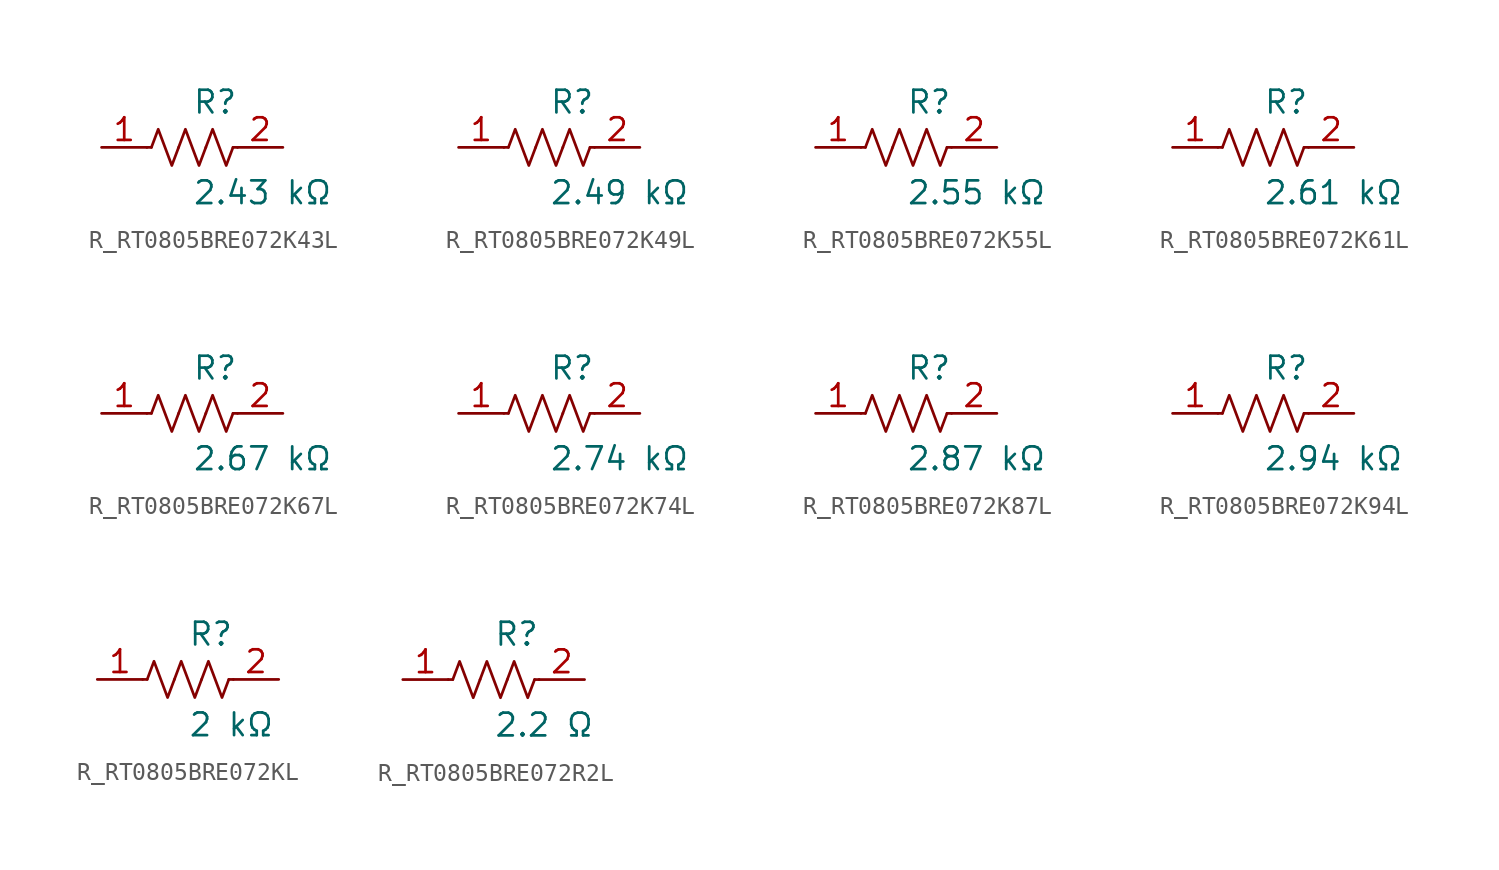
<source format=kicad_sym>
(kicad_symbol_lib
  (version 20231120)
  (generator kicad_symbol_editor)
  (generator_version 8.0)
  (symbol "R_RT0805BRE072K43L"
    (pin_names
      (offset 0.254))
    (property "Reference" "R"
      (at 0.0 2.54 0)
      (effects (font (size 1.27 1.27)) (justify left)))
    (property "Value" "2.43 kΩ"
      (at 0.0 -2.54 0)
      (effects (font (size 1.27 1.27)) (justify left)))
    (symbol "R_RT0805BRE072K43L_0_1"
      (polyline (pts (xy 2.286 0) (xy 2.54 0)) (stroke (width 0) (type default)) (fill (type none)))
      (polyline (pts (xy -2.286 0) (xy -2.54 0)) (stroke (width 0) (type default)) (fill (type none)))
      (polyline (pts (xy 0.762 0) (xy 1.143 1.016) (xy 1.524 0) (xy 1.905 -1.016) (xy 2.286 0)) (stroke (width 0) (type default)) (fill (type none)))
      (polyline (pts (xy -0.762 0) (xy -0.381 1.016) (xy 0 0) (xy 0.381 -1.016) (xy 0.762 0)) (stroke (width 0) (type default)) (fill (type none)))
      (polyline (pts (xy -2.286 0) (xy -1.905 1.016) (xy -1.524 0) (xy -1.143 -1.016) (xy -0.762 0)) (stroke (width 0) (type default)) (fill (type none))))
    (pin unspecified line
      (at -5.08 0 0)
      (length 2.54)
      (name "" (effects (font (size 1.27 1.27))))
      (number "1" (effects (font (size 1.27 1.27)))))
    (pin unspecified line
      (at 5.08 0 180)
      (length 2.54)
      (name "" (effects (font (size 1.27 1.27))))
      (number "2" (effects (font (size 1.27 1.27))))))
  (symbol "R_RT0805BRE072K49L"
    (pin_names
      (offset 0.254))
    (property "Reference" "R"
      (at 0.0 2.54 0)
      (effects (font (size 1.27 1.27)) (justify left)))
    (property "Value" "2.49 kΩ"
      (at 0.0 -2.54 0)
      (effects (font (size 1.27 1.27)) (justify left)))
    (symbol "R_RT0805BRE072K49L_0_1"
      (polyline (pts (xy 2.286 0) (xy 2.54 0)) (stroke (width 0) (type default)) (fill (type none)))
      (polyline (pts (xy -2.286 0) (xy -2.54 0)) (stroke (width 0) (type default)) (fill (type none)))
      (polyline (pts (xy 0.762 0) (xy 1.143 1.016) (xy 1.524 0) (xy 1.905 -1.016) (xy 2.286 0)) (stroke (width 0) (type default)) (fill (type none)))
      (polyline (pts (xy -0.762 0) (xy -0.381 1.016) (xy 0 0) (xy 0.381 -1.016) (xy 0.762 0)) (stroke (width 0) (type default)) (fill (type none)))
      (polyline (pts (xy -2.286 0) (xy -1.905 1.016) (xy -1.524 0) (xy -1.143 -1.016) (xy -0.762 0)) (stroke (width 0) (type default)) (fill (type none))))
    (pin unspecified line
      (at -5.08 0 0)
      (length 2.54)
      (name "" (effects (font (size 1.27 1.27))))
      (number "1" (effects (font (size 1.27 1.27)))))
    (pin unspecified line
      (at 5.08 0 180)
      (length 2.54)
      (name "" (effects (font (size 1.27 1.27))))
      (number "2" (effects (font (size 1.27 1.27))))))
  (symbol "R_RT0805BRE072K55L"
    (pin_names
      (offset 0.254))
    (property "Reference" "R"
      (at 0.0 2.54 0)
      (effects (font (size 1.27 1.27)) (justify left)))
    (property "Value" "2.55 kΩ"
      (at 0.0 -2.54 0)
      (effects (font (size 1.27 1.27)) (justify left)))
    (symbol "R_RT0805BRE072K55L_0_1"
      (polyline (pts (xy 2.286 0) (xy 2.54 0)) (stroke (width 0) (type default)) (fill (type none)))
      (polyline (pts (xy -2.286 0) (xy -2.54 0)) (stroke (width 0) (type default)) (fill (type none)))
      (polyline (pts (xy 0.762 0) (xy 1.143 1.016) (xy 1.524 0) (xy 1.905 -1.016) (xy 2.286 0)) (stroke (width 0) (type default)) (fill (type none)))
      (polyline (pts (xy -0.762 0) (xy -0.381 1.016) (xy 0 0) (xy 0.381 -1.016) (xy 0.762 0)) (stroke (width 0) (type default)) (fill (type none)))
      (polyline (pts (xy -2.286 0) (xy -1.905 1.016) (xy -1.524 0) (xy -1.143 -1.016) (xy -0.762 0)) (stroke (width 0) (type default)) (fill (type none))))
    (pin unspecified line
      (at -5.08 0 0)
      (length 2.54)
      (name "" (effects (font (size 1.27 1.27))))
      (number "1" (effects (font (size 1.27 1.27)))))
    (pin unspecified line
      (at 5.08 0 180)
      (length 2.54)
      (name "" (effects (font (size 1.27 1.27))))
      (number "2" (effects (font (size 1.27 1.27))))))
  (symbol "R_RT0805BRE072K61L"
    (pin_names
      (offset 0.254))
    (property "Reference" "R"
      (at 0.0 2.54 0)
      (effects (font (size 1.27 1.27)) (justify left)))
    (property "Value" "2.61 kΩ"
      (at 0.0 -2.54 0)
      (effects (font (size 1.27 1.27)) (justify left)))
    (symbol "R_RT0805BRE072K61L_0_1"
      (polyline (pts (xy 2.286 0) (xy 2.54 0)) (stroke (width 0) (type default)) (fill (type none)))
      (polyline (pts (xy -2.286 0) (xy -2.54 0)) (stroke (width 0) (type default)) (fill (type none)))
      (polyline (pts (xy 0.762 0) (xy 1.143 1.016) (xy 1.524 0) (xy 1.905 -1.016) (xy 2.286 0)) (stroke (width 0) (type default)) (fill (type none)))
      (polyline (pts (xy -0.762 0) (xy -0.381 1.016) (xy 0 0) (xy 0.381 -1.016) (xy 0.762 0)) (stroke (width 0) (type default)) (fill (type none)))
      (polyline (pts (xy -2.286 0) (xy -1.905 1.016) (xy -1.524 0) (xy -1.143 -1.016) (xy -0.762 0)) (stroke (width 0) (type default)) (fill (type none))))
    (pin unspecified line
      (at -5.08 0 0)
      (length 2.54)
      (name "" (effects (font (size 1.27 1.27))))
      (number "1" (effects (font (size 1.27 1.27)))))
    (pin unspecified line
      (at 5.08 0 180)
      (length 2.54)
      (name "" (effects (font (size 1.27 1.27))))
      (number "2" (effects (font (size 1.27 1.27))))))
  (symbol "R_RT0805BRE072K67L"
    (pin_names
      (offset 0.254))
    (property "Reference" "R"
      (at 0.0 2.54 0)
      (effects (font (size 1.27 1.27)) (justify left)))
    (property "Value" "2.67 kΩ"
      (at 0.0 -2.54 0)
      (effects (font (size 1.27 1.27)) (justify left)))
    (symbol "R_RT0805BRE072K67L_0_1"
      (polyline (pts (xy 2.286 0) (xy 2.54 0)) (stroke (width 0) (type default)) (fill (type none)))
      (polyline (pts (xy -2.286 0) (xy -2.54 0)) (stroke (width 0) (type default)) (fill (type none)))
      (polyline (pts (xy 0.762 0) (xy 1.143 1.016) (xy 1.524 0) (xy 1.905 -1.016) (xy 2.286 0)) (stroke (width 0) (type default)) (fill (type none)))
      (polyline (pts (xy -0.762 0) (xy -0.381 1.016) (xy 0 0) (xy 0.381 -1.016) (xy 0.762 0)) (stroke (width 0) (type default)) (fill (type none)))
      (polyline (pts (xy -2.286 0) (xy -1.905 1.016) (xy -1.524 0) (xy -1.143 -1.016) (xy -0.762 0)) (stroke (width 0) (type default)) (fill (type none))))
    (pin unspecified line
      (at -5.08 0 0)
      (length 2.54)
      (name "" (effects (font (size 1.27 1.27))))
      (number "1" (effects (font (size 1.27 1.27)))))
    (pin unspecified line
      (at 5.08 0 180)
      (length 2.54)
      (name "" (effects (font (size 1.27 1.27))))
      (number "2" (effects (font (size 1.27 1.27))))))
  (symbol "R_RT0805BRE072K74L"
    (pin_names
      (offset 0.254))
    (property "Reference" "R"
      (at 0.0 2.54 0)
      (effects (font (size 1.27 1.27)) (justify left)))
    (property "Value" "2.74 kΩ"
      (at 0.0 -2.54 0)
      (effects (font (size 1.27 1.27)) (justify left)))
    (symbol "R_RT0805BRE072K74L_0_1"
      (polyline (pts (xy 2.286 0) (xy 2.54 0)) (stroke (width 0) (type default)) (fill (type none)))
      (polyline (pts (xy -2.286 0) (xy -2.54 0)) (stroke (width 0) (type default)) (fill (type none)))
      (polyline (pts (xy 0.762 0) (xy 1.143 1.016) (xy 1.524 0) (xy 1.905 -1.016) (xy 2.286 0)) (stroke (width 0) (type default)) (fill (type none)))
      (polyline (pts (xy -0.762 0) (xy -0.381 1.016) (xy 0 0) (xy 0.381 -1.016) (xy 0.762 0)) (stroke (width 0) (type default)) (fill (type none)))
      (polyline (pts (xy -2.286 0) (xy -1.905 1.016) (xy -1.524 0) (xy -1.143 -1.016) (xy -0.762 0)) (stroke (width 0) (type default)) (fill (type none))))
    (pin unspecified line
      (at -5.08 0 0)
      (length 2.54)
      (name "" (effects (font (size 1.27 1.27))))
      (number "1" (effects (font (size 1.27 1.27)))))
    (pin unspecified line
      (at 5.08 0 180)
      (length 2.54)
      (name "" (effects (font (size 1.27 1.27))))
      (number "2" (effects (font (size 1.27 1.27))))))
  (symbol "R_RT0805BRE072K87L"
    (pin_names
      (offset 0.254))
    (property "Reference" "R"
      (at 0.0 2.54 0)
      (effects (font (size 1.27 1.27)) (justify left)))
    (property "Value" "2.87 kΩ"
      (at 0.0 -2.54 0)
      (effects (font (size 1.27 1.27)) (justify left)))
    (symbol "R_RT0805BRE072K87L_0_1"
      (polyline (pts (xy 2.286 0) (xy 2.54 0)) (stroke (width 0) (type default)) (fill (type none)))
      (polyline (pts (xy -2.286 0) (xy -2.54 0)) (stroke (width 0) (type default)) (fill (type none)))
      (polyline (pts (xy 0.762 0) (xy 1.143 1.016) (xy 1.524 0) (xy 1.905 -1.016) (xy 2.286 0)) (stroke (width 0) (type default)) (fill (type none)))
      (polyline (pts (xy -0.762 0) (xy -0.381 1.016) (xy 0 0) (xy 0.381 -1.016) (xy 0.762 0)) (stroke (width 0) (type default)) (fill (type none)))
      (polyline (pts (xy -2.286 0) (xy -1.905 1.016) (xy -1.524 0) (xy -1.143 -1.016) (xy -0.762 0)) (stroke (width 0) (type default)) (fill (type none))))
    (pin unspecified line
      (at -5.08 0 0)
      (length 2.54)
      (name "" (effects (font (size 1.27 1.27))))
      (number "1" (effects (font (size 1.27 1.27)))))
    (pin unspecified line
      (at 5.08 0 180)
      (length 2.54)
      (name "" (effects (font (size 1.27 1.27))))
      (number "2" (effects (font (size 1.27 1.27))))))
  (symbol "R_RT0805BRE072K94L"
    (pin_names
      (offset 0.254))
    (property "Reference" "R"
      (at 0.0 2.54 0)
      (effects (font (size 1.27 1.27)) (justify left)))
    (property "Value" "2.94 kΩ"
      (at 0.0 -2.54 0)
      (effects (font (size 1.27 1.27)) (justify left)))
    (symbol "R_RT0805BRE072K94L_0_1"
      (polyline (pts (xy 2.286 0) (xy 2.54 0)) (stroke (width 0) (type default)) (fill (type none)))
      (polyline (pts (xy -2.286 0) (xy -2.54 0)) (stroke (width 0) (type default)) (fill (type none)))
      (polyline (pts (xy 0.762 0) (xy 1.143 1.016) (xy 1.524 0) (xy 1.905 -1.016) (xy 2.286 0)) (stroke (width 0) (type default)) (fill (type none)))
      (polyline (pts (xy -0.762 0) (xy -0.381 1.016) (xy 0 0) (xy 0.381 -1.016) (xy 0.762 0)) (stroke (width 0) (type default)) (fill (type none)))
      (polyline (pts (xy -2.286 0) (xy -1.905 1.016) (xy -1.524 0) (xy -1.143 -1.016) (xy -0.762 0)) (stroke (width 0) (type default)) (fill (type none))))
    (pin unspecified line
      (at -5.08 0 0)
      (length 2.54)
      (name "" (effects (font (size 1.27 1.27))))
      (number "1" (effects (font (size 1.27 1.27)))))
    (pin unspecified line
      (at 5.08 0 180)
      (length 2.54)
      (name "" (effects (font (size 1.27 1.27))))
      (number "2" (effects (font (size 1.27 1.27))))))
  (symbol "R_RT0805BRE072KL"
    (pin_names
      (offset 0.254))
    (property "Reference" "R"
      (at 0.0 2.54 0)
      (effects (font (size 1.27 1.27)) (justify left)))
    (property "Value" "2 kΩ"
      (at 0.0 -2.54 0)
      (effects (font (size 1.27 1.27)) (justify left)))
    (symbol "R_RT0805BRE072KL_0_1"
      (polyline (pts (xy 2.286 0) (xy 2.54 0)) (stroke (width 0) (type default)) (fill (type none)))
      (polyline (pts (xy -2.286 0) (xy -2.54 0)) (stroke (width 0) (type default)) (fill (type none)))
      (polyline (pts (xy 0.762 0) (xy 1.143 1.016) (xy 1.524 0) (xy 1.905 -1.016) (xy 2.286 0)) (stroke (width 0) (type default)) (fill (type none)))
      (polyline (pts (xy -0.762 0) (xy -0.381 1.016) (xy 0 0) (xy 0.381 -1.016) (xy 0.762 0)) (stroke (width 0) (type default)) (fill (type none)))
      (polyline (pts (xy -2.286 0) (xy -1.905 1.016) (xy -1.524 0) (xy -1.143 -1.016) (xy -0.762 0)) (stroke (width 0) (type default)) (fill (type none))))
    (pin unspecified line
      (at -5.08 0 0)
      (length 2.54)
      (name "" (effects (font (size 1.27 1.27))))
      (number "1" (effects (font (size 1.27 1.27)))))
    (pin unspecified line
      (at 5.08 0 180)
      (length 2.54)
      (name "" (effects (font (size 1.27 1.27))))
      (number "2" (effects (font (size 1.27 1.27))))))
  (symbol "R_RT0805BRE072R2L"
    (pin_names
      (offset 0.254))
    (property "Reference" "R"
      (at 0.0 2.54 0)
      (effects (font (size 1.27 1.27)) (justify left)))
    (property "Value" "2.2 Ω"
      (at 0.0 -2.54 0)
      (effects (font (size 1.27 1.27)) (justify left)))
    (symbol "R_RT0805BRE072R2L_0_1"
      (polyline (pts (xy 2.286 0) (xy 2.54 0)) (stroke (width 0) (type default)) (fill (type none)))
      (polyline (pts (xy -2.286 0) (xy -2.54 0)) (stroke (width 0) (type default)) (fill (type none)))
      (polyline (pts (xy 0.762 0) (xy 1.143 1.016) (xy 1.524 0) (xy 1.905 -1.016) (xy 2.286 0)) (stroke (width 0) (type default)) (fill (type none)))
      (polyline (pts (xy -0.762 0) (xy -0.381 1.016) (xy 0 0) (xy 0.381 -1.016) (xy 0.762 0)) (stroke (width 0) (type default)) (fill (type none)))
      (polyline (pts (xy -2.286 0) (xy -1.905 1.016) (xy -1.524 0) (xy -1.143 -1.016) (xy -0.762 0)) (stroke (width 0) (type default)) (fill (type none))))
    (pin unspecified line
      (at -5.08 0 0)
      (length 2.54)
      (name "" (effects (font (size 1.27 1.27))))
      (number "1" (effects (font (size 1.27 1.27)))))
    (pin unspecified line
      (at 5.08 0 180)
      (length 2.54)
      (name "" (effects (font (size 1.27 1.27))))
      (number "2" (effects (font (size 1.27 1.27)))))))
</source>
